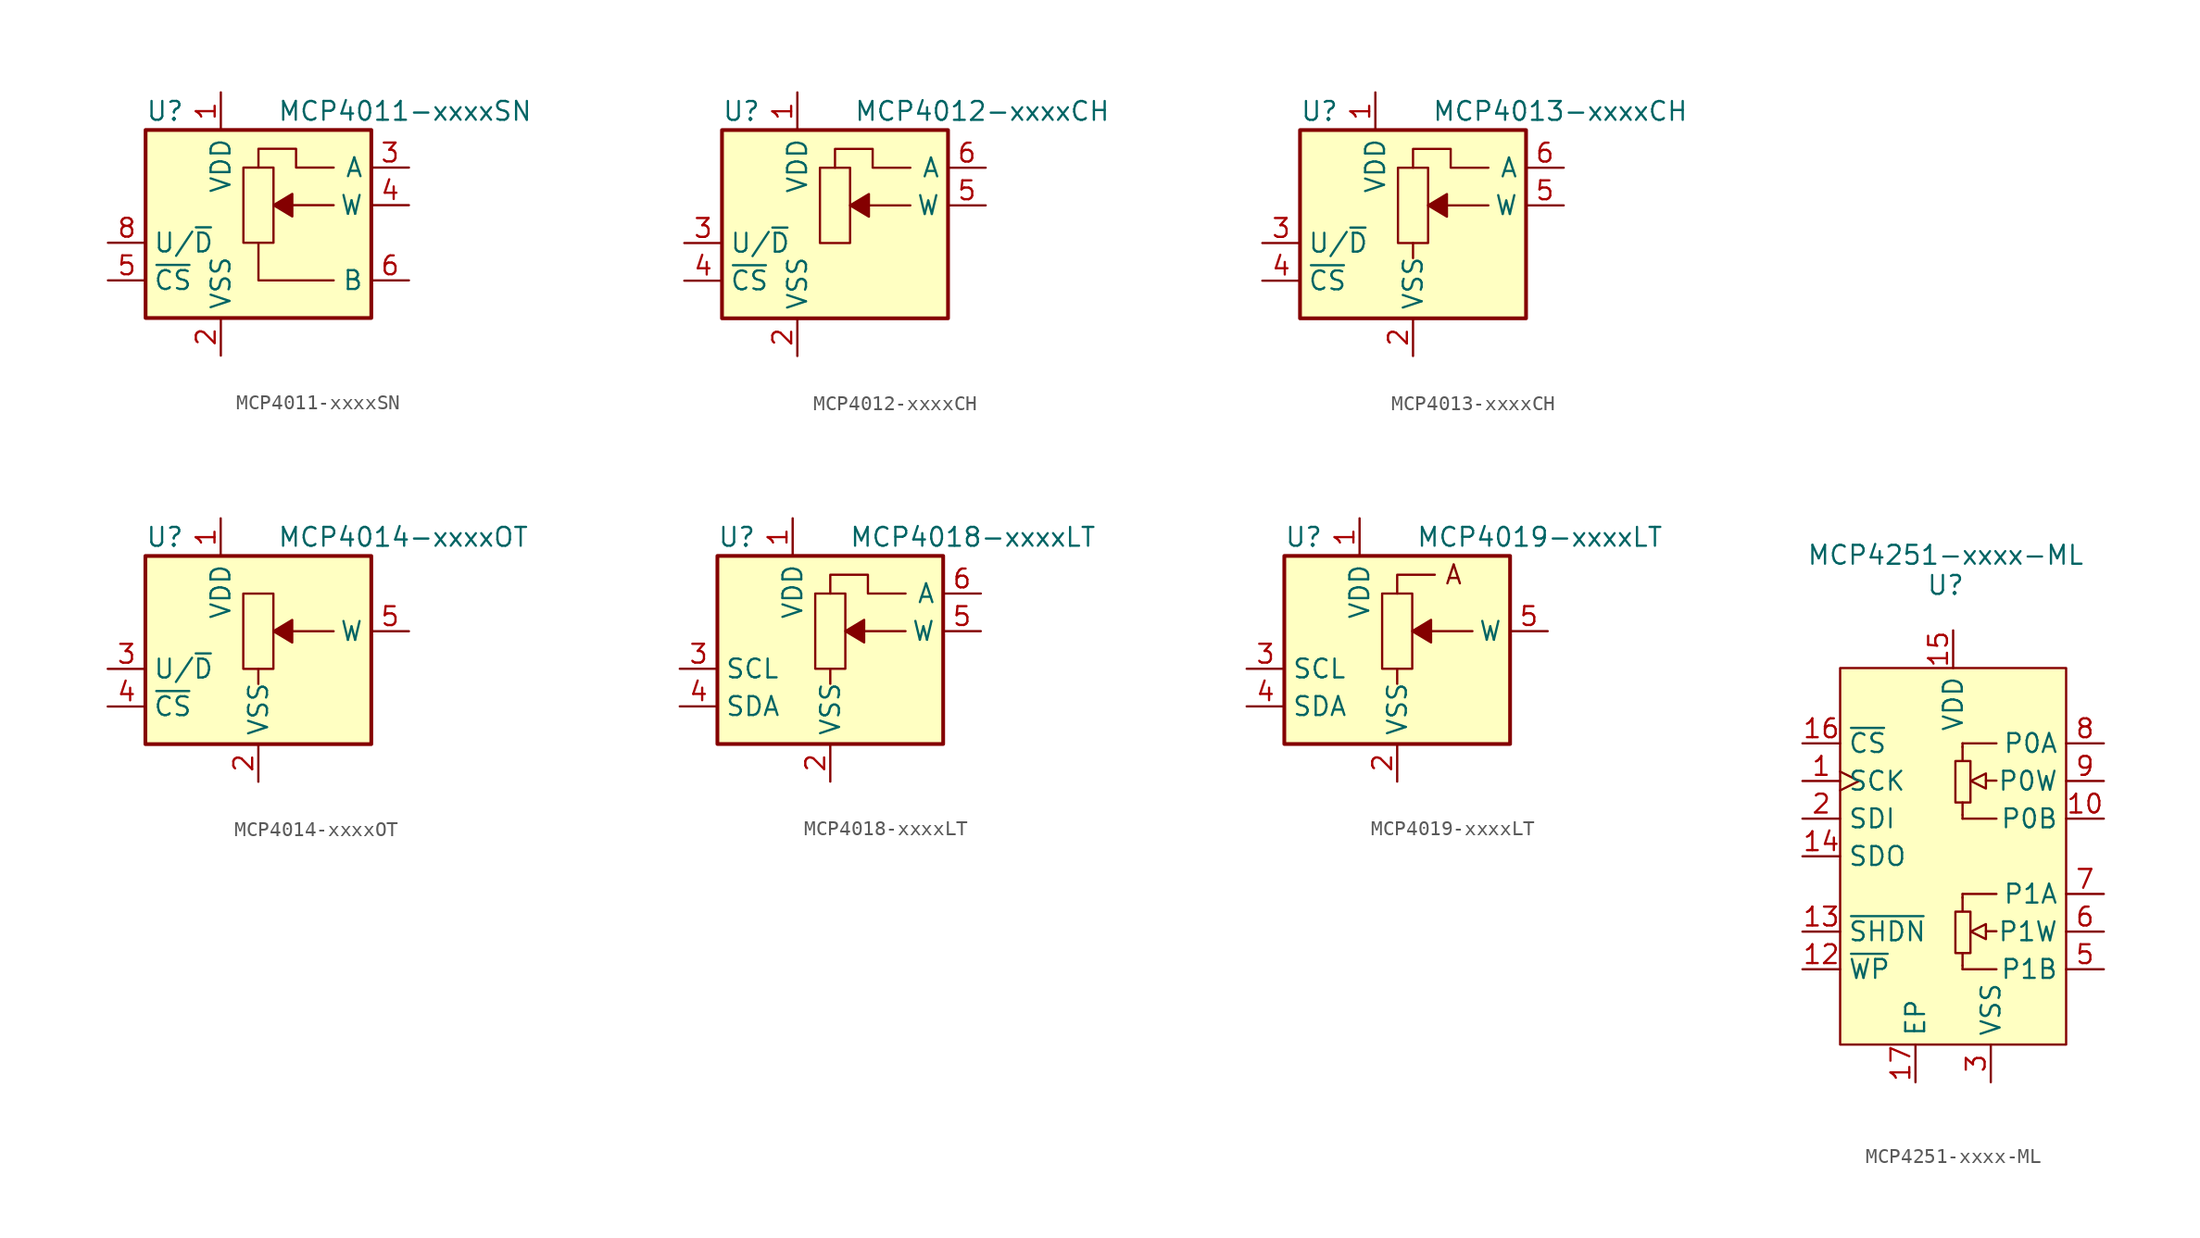
<source format=kicad_sym>
(kicad_symbol_lib
  (version 20241209)
  (generator "kicad_symbol_editor")
  (generator_version "9.0")
  (symbol "MCP4011-xxxxSN"
    (property "Reference" "U"
      (at -7.62 8.89 0)
      (effects (font (size 1.27 1.27)) (justify left)))
    (property "Value" "MCP4011-xxxxSN"
      (at 1.27 8.89 0)
      (effects (font (size 1.27 1.27)) (justify left)))
    (symbol "MCP4011-xxxxSN_0_1"
      (polyline (pts (xy 0 0) (xy 0 -2.54) (xy 5.08 -2.54)) (stroke (width 0) (type default)) (fill (type none)))
      (polyline (pts (xy 5.08 5.08) (xy 2.54 5.08) (xy 2.54 6.35) (xy 0 6.35) (xy 0 5.08)) (stroke (width 0) (type default)) (fill (type none)))
      (polyline (pts (xy 5.08 2.54) (xy 3.81 2.54) (xy 1.27 2.54)) (stroke (width 0) (type default)) (fill (type none))))
    (symbol "MCP4011-xxxxSN_1_1"
      (rectangle (start -7.62 7.62) (end 7.62 -5.08) (stroke (width 0.254) (type default)) (fill (type background)))
      (rectangle (start 1.016 0) (end -1.016 5.08) (stroke (width 0) (type default)) (fill (type none)))
      (polyline (pts (xy 2.286 1.778) (xy 2.286 3.302) (xy 1.016 2.54) (xy 2.286 1.778)) (stroke (width 0) (type default)) (fill (type outline)))
      (pin input line (at -10.16 0 0) (length 2.54) (name "U/~{D}" (effects (font (size 1.27 1.27)))) (number "8" (effects (font (size 1.27 1.27)))))
      (pin input line (at -10.16 -2.54 0) (length 2.54) (name "~{CS}" (effects (font (size 1.27 1.27)))) (number "5" (effects (font (size 1.27 1.27)))))
      (pin no_connect line (at -7.62 5.08 0) (length 2.54) (hide yes) (name "NC" (effects (font (size 1.27 1.27)))) (number "7" (effects (font (size 1.27 1.27)))))
      (pin power_in line (at -2.54 10.16 270) (length 2.54) (name "VDD" (effects (font (size 1.27 1.27)))) (number "1" (effects (font (size 1.27 1.27)))))
      (pin power_in line (at -2.54 -7.62 90) (length 2.54) (name "VSS" (effects (font (size 1.27 1.27)))) (number "2" (effects (font (size 1.27 1.27)))))
      (pin passive line (at 10.16 5.08 180) (length 2.54) (name "A" (effects (font (size 1.27 1.27)))) (number "3" (effects (font (size 1.27 1.27)))))
      (pin passive line (at 10.16 2.54 180) (length 2.54) (name "W" (effects (font (size 1.27 1.27)))) (number "4" (effects (font (size 1.27 1.27)))))
      (pin passive line (at 10.16 -2.54 180) (length 2.54) (name "B" (effects (font (size 1.27 1.27)))) (number "6" (effects (font (size 1.27 1.27)))))))
  (symbol "MCP4012-xxxxCH"
    (property "Reference" "U"
      (at -7.62 8.89 0)
      (effects (font (size 1.27 1.27)) (justify left)))
    (property "Value" "MCP4012-xxxxCH"
      (at 1.27 8.89 0)
      (effects (font (size 1.27 1.27)) (justify left)))
    (symbol "MCP4012-xxxxCH_0_1"
      (rectangle (start 1.016 0) (end -1.016 5.08) (stroke (width 0) (type default)) (fill (type none)))
      (polyline (pts (xy 2.286 1.778) (xy 2.286 3.302) (xy 1.016 2.54) (xy 2.286 1.778)) (stroke (width 0) (type default)) (fill (type outline)))
      (polyline (pts (xy 5.08 5.08) (xy 2.54 5.08) (xy 2.54 6.35) (xy 0 6.35) (xy 0 5.08)) (stroke (width 0) (type default)) (fill (type none)))
      (polyline (pts (xy 5.08 2.54) (xy 3.81 2.54) (xy 1.27 2.54)) (stroke (width 0) (type default)) (fill (type none))))
    (symbol "MCP4012-xxxxCH_1_1"
      (rectangle (start -7.62 7.62) (end 7.62 -5.08) (stroke (width 0.254) (type default)) (fill (type background)))
      (pin input line (at -10.16 0 0) (length 2.54) (name "U/~{D}" (effects (font (size 1.27 1.27)))) (number "3" (effects (font (size 1.27 1.27)))))
      (pin input line (at -10.16 -2.54 0) (length 2.54) (name "~{CS}" (effects (font (size 1.27 1.27)))) (number "4" (effects (font (size 1.27 1.27)))))
      (pin power_in line (at -2.54 10.16 270) (length 2.54) (name "VDD" (effects (font (size 1.27 1.27)))) (number "1" (effects (font (size 1.27 1.27)))))
      (pin power_in line (at -2.54 -7.62 90) (length 2.54) (name "VSS" (effects (font (size 1.27 1.27)))) (number "2" (effects (font (size 1.27 1.27)))))
      (pin passive line (at 10.16 5.08 180) (length 2.54) (name "A" (effects (font (size 1.27 1.27)))) (number "6" (effects (font (size 1.27 1.27)))))
      (pin passive line (at 10.16 2.54 180) (length 2.54) (name "W" (effects (font (size 1.27 1.27)))) (number "5" (effects (font (size 1.27 1.27)))))))
  (symbol "MCP4013-xxxxCH"
    (property "Reference" "U"
      (at -7.62 8.89 0)
      (effects (font (size 1.27 1.27)) (justify left)))
    (property "Value" "MCP4013-xxxxCH"
      (at 1.27 8.89 0)
      (effects (font (size 1.27 1.27)) (justify left)))
    (symbol "MCP4013-xxxxCH_0_1"
      (polyline (pts (xy 0 0) (xy 0 -1.016)) (stroke (width 0) (type default)) (fill (type none)))
      (polyline (pts (xy 5.08 5.08) (xy 2.54 5.08) (xy 2.54 6.35) (xy 0 6.35) (xy 0 5.08)) (stroke (width 0) (type default)) (fill (type none))))
    (symbol "MCP4013-xxxxCH_1_1"
      (rectangle (start -7.62 7.62) (end 7.62 -5.08) (stroke (width 0.254) (type default)) (fill (type background)))
      (rectangle (start 1.016 0) (end -1.016 5.08) (stroke (width 0) (type default)) (fill (type none)))
      (polyline (pts (xy 2.286 1.778) (xy 2.286 3.302) (xy 1.016 2.54) (xy 2.286 1.778)) (stroke (width 0) (type default)) (fill (type outline)))
      (polyline (pts (xy 5.08 2.54) (xy 2.286 2.54)) (stroke (width 0) (type default)) (fill (type none)))
      (pin input line (at -10.16 0 0) (length 2.54) (name "U/~{D}" (effects (font (size 1.27 1.27)))) (number "3" (effects (font (size 1.27 1.27)))))
      (pin input line (at -10.16 -2.54 0) (length 2.54) (name "~{CS}" (effects (font (size 1.27 1.27)))) (number "4" (effects (font (size 1.27 1.27)))))
      (pin power_in line (at -2.54 10.16 270) (length 2.54) (name "VDD" (effects (font (size 1.27 1.27)))) (number "1" (effects (font (size 1.27 1.27)))))
      (pin power_in line (at 0 -7.62 90) (length 2.54) (name "VSS" (effects (font (size 1.27 1.27)))) (number "2" (effects (font (size 1.27 1.27)))))
      (pin passive line (at 10.16 5.08 180) (length 2.54) (name "A" (effects (font (size 1.27 1.27)))) (number "6" (effects (font (size 1.27 1.27)))))
      (pin passive line (at 10.16 2.54 180) (length 2.54) (name "W" (effects (font (size 1.27 1.27)))) (number "5" (effects (font (size 1.27 1.27)))))))
  (symbol "MCP4014-xxxxOT"
    (property "Reference" "U"
      (at -7.62 8.89 0)
      (effects (font (size 1.27 1.27)) (justify left)))
    (property "Value" "MCP4014-xxxxOT"
      (at 1.27 8.89 0)
      (effects (font (size 1.27 1.27)) (justify left)))
    (symbol "MCP4014-xxxxOT_1_1"
      (rectangle (start -7.62 7.62) (end 7.62 -5.08) (stroke (width 0.254) (type default)) (fill (type background)))
      (polyline (pts (xy 0 0) (xy 0 -1.016)) (stroke (width 0) (type default)) (fill (type none)))
      (rectangle (start 1.016 0) (end -1.016 5.08) (stroke (width 0) (type default)) (fill (type none)))
      (polyline (pts (xy 2.286 1.778) (xy 2.286 3.302) (xy 1.016 2.54) (xy 2.286 1.778)) (stroke (width 0) (type default)) (fill (type outline)))
      (polyline (pts (xy 5.08 2.54) (xy 2.286 2.54)) (stroke (width 0) (type default)) (fill (type none)))
      (pin input line (at -10.16 0 0) (length 2.54) (name "U/~{D}" (effects (font (size 1.27 1.27)))) (number "3" (effects (font (size 1.27 1.27)))))
      (pin input line (at -10.16 -2.54 0) (length 2.54) (name "~{CS}" (effects (font (size 1.27 1.27)))) (number "4" (effects (font (size 1.27 1.27)))))
      (pin power_in line (at -2.54 10.16 270) (length 2.54) (name "VDD" (effects (font (size 1.27 1.27)))) (number "1" (effects (font (size 1.27 1.27)))))
      (pin power_in line (at 0 -7.62 90) (length 2.54) (name "VSS" (effects (font (size 1.27 1.27)))) (number "2" (effects (font (size 1.27 1.27)))))
      (pin passive line (at 10.16 2.54 180) (length 2.54) (name "W" (effects (font (size 1.27 1.27)))) (number "5" (effects (font (size 1.27 1.27)))))))
  (symbol "MCP4018-xxxxLT"
    (property "Reference" "U"
      (at -7.62 8.89 0)
      (effects (font (size 1.27 1.27)) (justify left)))
    (property "Value" "MCP4018-xxxxLT"
      (at 1.27 8.89 0)
      (effects (font (size 1.27 1.27)) (justify left)))
    (symbol "MCP4018-xxxxLT_0_1"
      (polyline (pts (xy 0 0) (xy 0 -1.016)) (stroke (width 0) (type default)) (fill (type none)))
      (polyline (pts (xy 5.08 5.08) (xy 2.54 5.08) (xy 2.54 6.35) (xy 0 6.35) (xy 0 5.08)) (stroke (width 0) (type default)) (fill (type none))))
    (symbol "MCP4018-xxxxLT_1_1"
      (rectangle (start -7.62 7.62) (end 7.62 -5.08) (stroke (width 0.254) (type default)) (fill (type background)))
      (rectangle (start 1.016 0) (end -1.016 5.08) (stroke (width 0) (type default)) (fill (type none)))
      (polyline (pts (xy 2.286 1.778) (xy 2.286 3.302) (xy 1.016 2.54) (xy 2.286 1.778)) (stroke (width 0) (type default)) (fill (type outline)))
      (polyline (pts (xy 5.08 2.54) (xy 2.286 2.54)) (stroke (width 0) (type default)) (fill (type none)))
      (pin input line (at -10.16 0 0) (length 2.54) (name "SCL" (effects (font (size 1.27 1.27)))) (number "3" (effects (font (size 1.27 1.27)))))
      (pin bidirectional line (at -10.16 -2.54 0) (length 2.54) (name "SDA" (effects (font (size 1.27 1.27)))) (number "4" (effects (font (size 1.27 1.27)))))
      (pin power_in line (at -2.54 10.16 270) (length 2.54) (name "VDD" (effects (font (size 1.27 1.27)))) (number "1" (effects (font (size 1.27 1.27)))))
      (pin power_in line (at 0 -7.62 90) (length 2.54) (name "VSS" (effects (font (size 1.27 1.27)))) (number "2" (effects (font (size 1.27 1.27)))))
      (pin passive line (at 10.16 5.08 180) (length 2.54) (name "A" (effects (font (size 1.27 1.27)))) (number "6" (effects (font (size 1.27 1.27)))))
      (pin passive line (at 10.16 2.54 180) (length 2.54) (name "W" (effects (font (size 1.27 1.27)))) (number "5" (effects (font (size 1.27 1.27)))))))
  (symbol "MCP4019-xxxxLT"
    (property "Reference" "U"
      (at -7.62 8.89 0)
      (effects (font (size 1.27 1.27)) (justify left)))
    (property "Value" "MCP4019-xxxxLT"
      (at 1.27 8.89 0)
      (effects (font (size 1.27 1.27)) (justify left)))
    (symbol "MCP4019-xxxxLT_0_0"
      (polyline (pts (xy 0 5.08) (xy 0 6.35) (xy 2.54 6.35)) (stroke (width 0) (type default)) (fill (type none)))
      (text "A" (at 3.81 6.35 0) (effects (font (size 1.27 1.27)))))
    (symbol "MCP4019-xxxxLT_0_1"
      (polyline (pts (xy 0 0) (xy 0 -1.016)) (stroke (width 0) (type default)) (fill (type none))))
    (symbol "MCP4019-xxxxLT_1_1"
      (rectangle (start -7.62 7.62) (end 7.62 -5.08) (stroke (width 0.254) (type default)) (fill (type background)))
      (rectangle (start 1.016 0) (end -1.016 5.08) (stroke (width 0) (type default)) (fill (type none)))
      (polyline (pts (xy 2.286 1.778) (xy 2.286 3.302) (xy 1.016 2.54) (xy 2.286 1.778)) (stroke (width 0) (type default)) (fill (type outline)))
      (polyline (pts (xy 5.08 2.54) (xy 2.286 2.54)) (stroke (width 0) (type default)) (fill (type none)))
      (pin input line (at -10.16 0 0) (length 2.54) (name "SCL" (effects (font (size 1.27 1.27)))) (number "3" (effects (font (size 1.27 1.27)))))
      (pin bidirectional line (at -10.16 -2.54 0) (length 2.54) (name "SDA" (effects (font (size 1.27 1.27)))) (number "4" (effects (font (size 1.27 1.27)))))
      (pin power_in line (at -2.54 10.16 270) (length 2.54) (name "VDD" (effects (font (size 1.27 1.27)))) (number "1" (effects (font (size 1.27 1.27)))))
      (pin power_in line (at 0 -7.62 90) (length 2.54) (name "VSS" (effects (font (size 1.27 1.27)))) (number "2" (effects (font (size 1.27 1.27)))))
      (pin passive line (at 10.16 2.54 180) (length 2.54) (name "W" (effects (font (size 1.27 1.27)))) (number "5" (effects (font (size 1.27 1.27)))))))
  (symbol "MCP4251-xxxx-ML"
    (property "Reference" "U"
      (at -0.508 18.288 0)
      (effects (font (size 1.27 1.27))))
    (property "Value" "MCP4251-xxxx-ML"
      (at -0.508 20.32 0)
      (effects (font (size 1.27 1.27))))
    (symbol "MCP4251-xxxx-ML_0_1"
      (polyline (pts (xy 0 12.7) (xy 7.62 12.7) (xy 7.62 0) (xy 7.62 -12.7) (xy -7.62 -12.7) (xy -7.62 12.7) (xy 0 12.7)) (stroke (width 0) (type default)) (fill (type background))))
    (symbol "MCP4251-xxxx-ML_1_1"
      (rectangle (start 0.152 6.426) (end 1.168 3.632) (stroke (width 0) (type default)) (fill (type none)))
      (rectangle (start 0.152 -3.734) (end 1.168 -6.528) (stroke (width 0) (type default)) (fill (type none)))
      (polyline (pts (xy 0.635 7.62) (xy 0.635 7.366) (xy 0.635 7.366)) (stroke (width 0) (type default)) (fill (type none)))
      (polyline (pts (xy 0.635 7.62) (xy 2.921 7.62) (xy 2.921 7.62)) (stroke (width 0) (type default)) (fill (type background)))
      (polyline (pts (xy 0.635 7.391) (xy 0.635 6.452)) (stroke (width 0) (type default)) (fill (type none)))
      (polyline (pts (xy 0.635 2.794) (xy 0.635 3.632)) (stroke (width 0) (type default)) (fill (type none)))
      (polyline (pts (xy 0.635 2.54) (xy 0.635 2.794) (xy 0.635 2.794)) (stroke (width 0) (type default)) (fill (type background)))
      (polyline (pts (xy 0.635 2.54) (xy 2.921 2.54) (xy 2.921 2.54)) (stroke (width 0) (type default)) (fill (type background)))
      (polyline (pts (xy 0.635 -2.54) (xy 0.635 -2.794) (xy 0.635 -2.794)) (stroke (width 0) (type default)) (fill (type none)))
      (polyline (pts (xy 0.635 -2.54) (xy 2.921 -2.54) (xy 2.921 -2.54)) (stroke (width 0) (type default)) (fill (type background)))
      (polyline (pts (xy 0.635 -2.769) (xy 0.635 -3.708)) (stroke (width 0) (type default)) (fill (type none)))
      (polyline (pts (xy 0.635 -7.366) (xy 0.635 -6.528)) (stroke (width 0) (type default)) (fill (type none)))
      (polyline (pts (xy 0.635 -7.62) (xy 0.635 -7.366) (xy 0.635 -7.366)) (stroke (width 0) (type default)) (fill (type background)))
      (polyline (pts (xy 0.635 -7.62) (xy 2.921 -7.62) (xy 2.921 -7.62)) (stroke (width 0) (type default)) (fill (type background)))
      (polyline (pts (xy 2.21 5.588) (xy 2.21 4.572) (xy 1.194 5.08) (xy 2.21 5.588) (xy 2.21 5.588)) (stroke (width 0) (type default)) (fill (type background)))
      (polyline (pts (xy 2.21 5.105) (xy 2.921 5.105)) (stroke (width 0) (type default)) (fill (type none)))
      (polyline (pts (xy 2.21 -4.572) (xy 2.21 -5.588) (xy 1.194 -5.08) (xy 2.21 -4.572) (xy 2.21 -4.572)) (stroke (width 0) (type default)) (fill (type background)))
      (polyline (pts (xy 2.21 -5.055) (xy 2.921 -5.055)) (stroke (width 0) (type default)) (fill (type none)))
      (pin input line (at -10.16 7.62 0) (length 2.54) (name "~{CS}" (effects (font (size 1.27 1.27)))) (number "16" (effects (font (size 1.27 1.27)))))
      (pin input clock (at -10.16 5.08 0) (length 2.54) (name "SCK" (effects (font (size 1.27 1.27)))) (number "1" (effects (font (size 1.27 1.27)))))
      (pin input line (at -10.16 2.54 0) (length 2.54) (name "SDI" (effects (font (size 1.27 1.27)))) (number "2" (effects (font (size 1.27 1.27)))))
      (pin output line (at -10.16 0 0) (length 2.54) (name "SDO" (effects (font (size 1.27 1.27)))) (number "14" (effects (font (size 1.27 1.27)))))
      (pin input line (at -10.16 -5.08 0) (length 2.54) (name "~{SHDN}" (effects (font (size 1.27 1.27)))) (number "13" (effects (font (size 1.27 1.27)))))
      (pin input line (at -10.16 -7.62 0) (length 2.54) (name "~{WP}" (effects (font (size 1.27 1.27)))) (number "12" (effects (font (size 1.27 1.27)))))
      (pin passive line (at -2.54 -15.24 90) (length 2.54) (name "EP" (effects (font (size 1.27 1.27)))) (number "17" (effects (font (size 1.27 1.27)))))
      (pin power_in line (at 0 15.24 270) (length 2.54) (name "VDD" (effects (font (size 1.27 1.27)))) (number "15" (effects (font (size 1.27 1.27)))))
      (pin power_in line (at 2.54 -15.24 90) (length 2.54) (name "VSS" (effects (font (size 1.27 1.27)))) (number "3" (effects (font (size 1.27 1.27)))))
      (pin passive line (at 2.54 -15.24 90) (length 2.54) (hide yes) (name "VSS" (effects (font (size 1.27 1.27)))) (number "4" (effects (font (size 1.27 1.27)))))
      (pin no_connect line (at 7.62 0 180) (length 2.54) (hide yes) (name "NC" (effects (font (size 1.27 1.27)))) (number "11" (effects (font (size 1.27 1.27)))))
      (pin passive line (at 10.16 7.62 180) (length 2.54) (name "P0A" (effects (font (size 1.27 1.27)))) (number "8" (effects (font (size 1.27 1.27)))))
      (pin passive line (at 10.16 5.08 180) (length 2.54) (name "P0W" (effects (font (size 1.27 1.27)))) (number "9" (effects (font (size 1.27 1.27)))))
      (pin passive line (at 10.16 2.54 180) (length 2.54) (name "P0B" (effects (font (size 1.27 1.27)))) (number "10" (effects (font (size 1.27 1.27)))))
      (pin passive line (at 10.16 -2.54 180) (length 2.54) (name "P1A" (effects (font (size 1.27 1.27)))) (number "7" (effects (font (size 1.27 1.27)))))
      (pin passive line (at 10.16 -5.08 180) (length 2.54) (name "P1W" (effects (font (size 1.27 1.27)))) (number "6" (effects (font (size 1.27 1.27)))))
      (pin passive line (at 10.16 -7.62 180) (length 2.54) (name "P1B" (effects (font (size 1.27 1.27)))) (number "5" (effects (font (size 1.27 1.27))))))))
</source>
